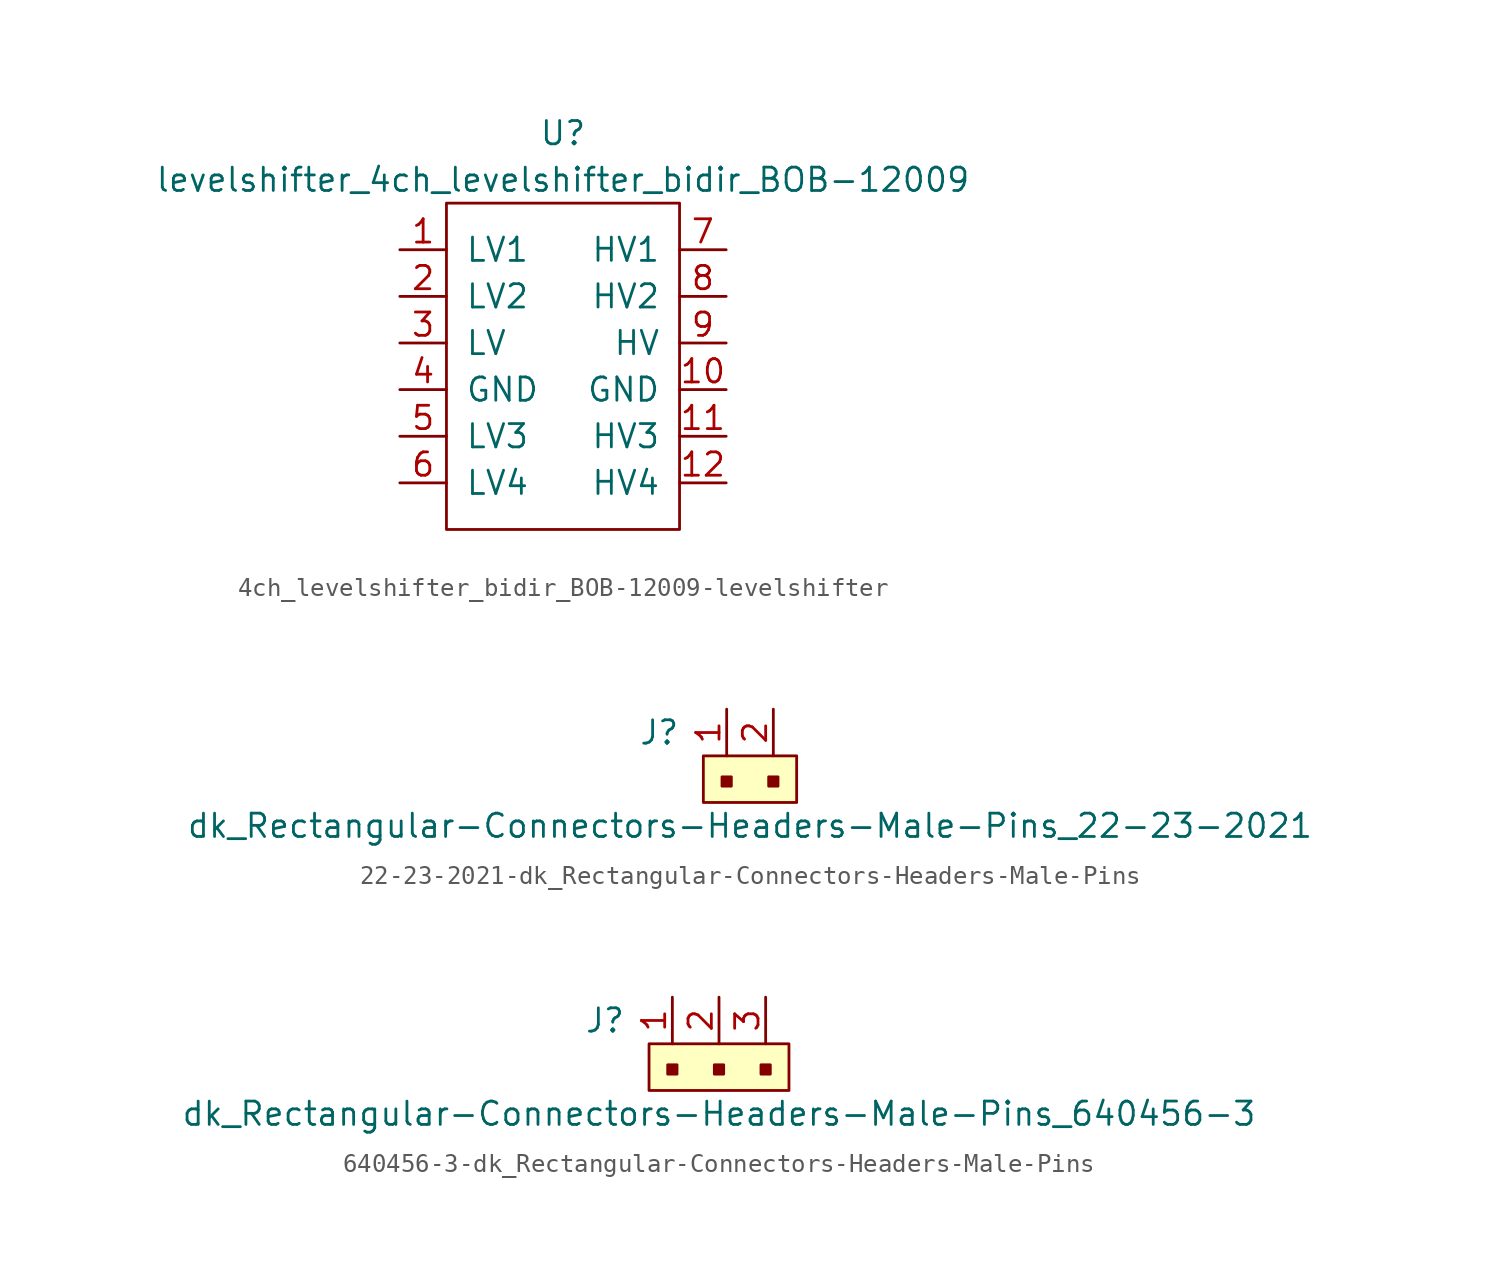
<source format=kicad_sym>
(kicad_symbol_lib
  (version 20231120)
  (generator "kicad_symbol_editor")
  (generator_version "8.0")
  (symbol "4ch_levelshifter_bidir_BOB-12009-levelshifter"
    (pin_names
      (offset 1.016))
    (property "Reference" "U"
      (at 0 2.54 0)
      (effects (font (size 1.27 1.27))))
    (property "Value" "levelshifter_4ch_levelshifter_bidir_BOB-12009"
      (at 0 0 0)
      (effects (font (size 1.27 1.27))))
    (symbol "4ch_levelshifter_bidir_BOB-12009-levelshifter_0_1"
      (rectangle (start 6.35 -19.05) (end -6.35 -1.27) (stroke (width 0) (type solid)) (fill (type none))))
    (symbol "4ch_levelshifter_bidir_BOB-12009-levelshifter_1_1"
      (pin bidirectional line (at -8.89 -3.81 0) (length 2.54) (name "LV1" (effects (font (size 1.27 1.27)))) (number "1" (effects (font (size 1.27 1.27)))))
      (pin input line (at 8.89 -11.43 180) (length 2.54) (name "GND" (effects (font (size 1.27 1.27)))) (number "10" (effects (font (size 1.27 1.27)))))
      (pin bidirectional line (at 8.89 -13.97 180) (length 2.54) (name "HV3" (effects (font (size 1.27 1.27)))) (number "11" (effects (font (size 1.27 1.27)))))
      (pin bidirectional line (at 8.89 -16.51 180) (length 2.54) (name "HV4" (effects (font (size 1.27 1.27)))) (number "12" (effects (font (size 1.27 1.27)))))
      (pin bidirectional line (at -8.89 -6.35 0) (length 2.54) (name "LV2" (effects (font (size 1.27 1.27)))) (number "2" (effects (font (size 1.27 1.27)))))
      (pin input line (at -8.89 -8.89 0) (length 2.54) (name "LV" (effects (font (size 1.27 1.27)))) (number "3" (effects (font (size 1.27 1.27)))))
      (pin input line (at -8.89 -11.43 0) (length 2.54) (name "GND" (effects (font (size 1.27 1.27)))) (number "4" (effects (font (size 1.27 1.27)))))
      (pin bidirectional line (at -8.89 -13.97 0) (length 2.54) (name "LV3" (effects (font (size 1.27 1.27)))) (number "5" (effects (font (size 1.27 1.27)))))
      (pin bidirectional line (at -8.89 -16.51 0) (length 2.54) (name "LV4" (effects (font (size 1.27 1.27)))) (number "6" (effects (font (size 1.27 1.27)))))
      (pin bidirectional line (at 8.89 -3.81 180) (length 2.54) (name "HV1" (effects (font (size 1.27 1.27)))) (number "7" (effects (font (size 1.27 1.27)))))
      (pin bidirectional line (at 8.89 -6.35 180) (length 2.54) (name "HV2" (effects (font (size 1.27 1.27)))) (number "8" (effects (font (size 1.27 1.27)))))
      (pin input line (at 8.89 -8.89 180) (length 2.54) (name "HV" (effects (font (size 1.27 1.27)))) (number "9" (effects (font (size 1.27 1.27)))))))
  (symbol "22-23-2021-dk_Rectangular-Connectors-Headers-Male-Pins"
    (pin_names
      (offset 1.016))
    (property "Reference" "J"
      (at -2.54 1.27 0)
      (effects (font (size 1.27 1.27)) (justify right)))
    (property "Value" "dk_Rectangular-Connectors-Headers-Male-Pins_22-23-2021"
      (at 1.27 -3.81 0)
      (effects (font (size 1.27 1.27))))
    (symbol "22-23-2021-dk_Rectangular-Connectors-Headers-Male-Pins_1_1"
      (rectangle (start -1.27 0) (end 3.81 -2.54) (stroke (width 0) (type solid)) (fill (type background)))
      (rectangle (start -0.254 -1.143) (end 0.254 -1.651) (stroke (width 0) (type solid)) (fill (type outline)))
      (rectangle (start 2.286 -1.143) (end 2.794 -1.651) (stroke (width 0) (type solid)) (fill (type outline)))
      (pin passive line (at 0 2.54 270) (length 2.54) (name "~" (effects (font (size 1.27 1.27)))) (number "1" (effects (font (size 1.27 1.27)))))
      (pin passive line (at 2.54 2.54 270) (length 2.54) (name "~" (effects (font (size 1.27 1.27)))) (number "2" (effects (font (size 1.27 1.27)))))))
  (symbol "640456-3-dk_Rectangular-Connectors-Headers-Male-Pins"
    (pin_names
      (offset 1.016))
    (property "Reference" "J"
      (at -2.54 1.27 0)
      (effects (font (size 1.27 1.27)) (justify right)))
    (property "Value" "dk_Rectangular-Connectors-Headers-Male-Pins_640456-3"
      (at 2.54 -3.81 0)
      (effects (font (size 1.27 1.27))))
    (symbol "640456-3-dk_Rectangular-Connectors-Headers-Male-Pins_1_1"
      (rectangle (start -1.27 0) (end 6.35 -2.54) (stroke (width 0) (type solid)) (fill (type background)))
      (rectangle (start -0.254 -1.143) (end 0.254 -1.651) (stroke (width 0) (type solid)) (fill (type outline)))
      (rectangle (start 2.286 -1.143) (end 2.794 -1.651) (stroke (width 0) (type solid)) (fill (type outline)))
      (rectangle (start 4.826 -1.143) (end 5.334 -1.651) (stroke (width 0) (type solid)) (fill (type outline)))
      (pin passive line (at 0 2.54 270) (length 2.54) (name "~" (effects (font (size 1.27 1.27)))) (number "1" (effects (font (size 1.27 1.27)))))
      (pin passive line (at 2.54 2.54 270) (length 2.54) (name "~" (effects (font (size 1.27 1.27)))) (number "2" (effects (font (size 1.27 1.27)))))
      (pin passive line (at 5.08 2.54 270) (length 2.54) (name "~" (effects (font (size 1.27 1.27)))) (number "3" (effects (font (size 1.27 1.27))))))))
</source>
